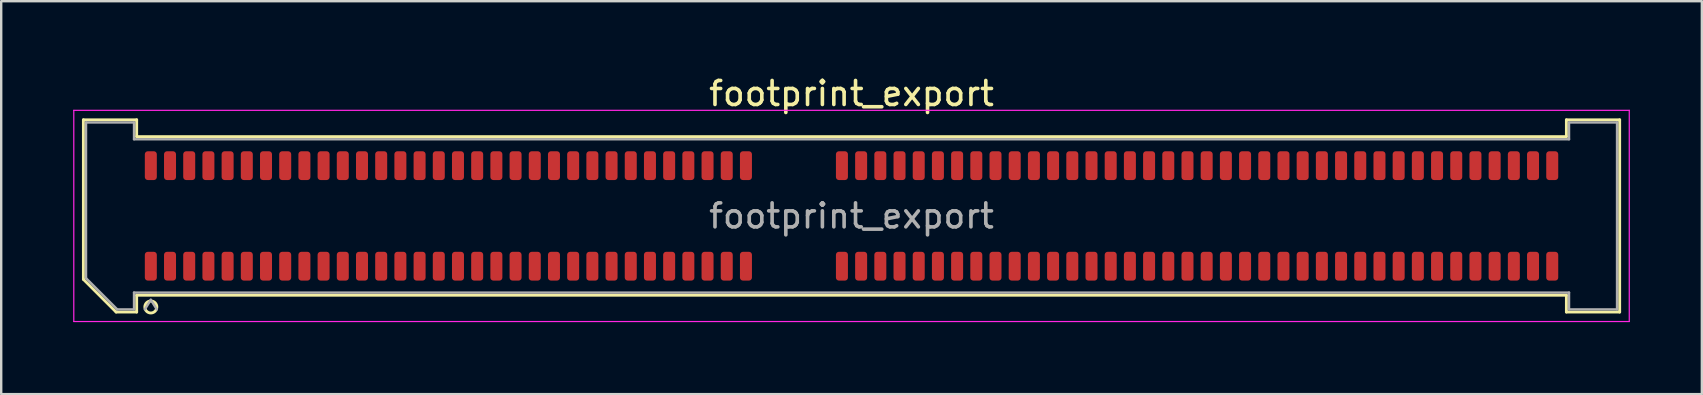
<source format=kicad_pcb>
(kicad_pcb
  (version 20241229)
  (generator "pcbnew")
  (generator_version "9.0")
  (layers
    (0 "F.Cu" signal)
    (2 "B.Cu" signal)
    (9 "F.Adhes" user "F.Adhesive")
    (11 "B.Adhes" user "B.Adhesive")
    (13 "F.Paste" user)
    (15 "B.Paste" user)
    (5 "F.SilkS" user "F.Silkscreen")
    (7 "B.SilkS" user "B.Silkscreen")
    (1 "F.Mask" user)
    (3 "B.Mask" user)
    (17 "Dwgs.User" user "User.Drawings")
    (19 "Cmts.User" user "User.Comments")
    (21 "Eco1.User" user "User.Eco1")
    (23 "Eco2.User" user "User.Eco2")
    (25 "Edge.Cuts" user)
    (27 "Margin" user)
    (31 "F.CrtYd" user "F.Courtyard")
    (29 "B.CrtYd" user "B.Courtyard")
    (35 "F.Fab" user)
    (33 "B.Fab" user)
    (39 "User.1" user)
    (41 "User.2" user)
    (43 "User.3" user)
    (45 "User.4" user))
  (footprint "footprint_export"
    (layer "F.Cu")
    (at 32.435 5.948)
    (property "Reference" "footprint_export" (at 0 -5.1 0) (layer "F.SilkS") (effects (font (size 1 1) (thickness 0.15))))
    (attr smd)
    (fp_line (start -32.01 -4.005) (end -29.79 -4.005) (stroke (width 0.12) (type solid)) (layer "F.SilkS"))
    (fp_line (start -32.01 2.641) (end -32.01 -4.005) (stroke (width 0.12) (type solid)) (layer "F.SilkS"))
    (fp_line (start -30.646 4.005) (end -32.01 2.641) (stroke (width 0.12) (type solid)) (layer "F.SilkS"))
    (fp_line (start -29.79 -4.005) (end -29.79 -3.305) (stroke (width 0.12) (type solid)) (layer "F.SilkS"))
    (fp_line (start -29.79 -3.305) (end 29.79 -3.305) (stroke (width 0.12) (type solid)) (layer "F.SilkS"))
    (fp_line (start -29.79 3.305) (end -29.79 4.005) (stroke (width 0.12) (type solid)) (layer "F.SilkS"))
    (fp_line (start -29.79 4.005) (end -30.646 4.005) (stroke (width 0.12) (type solid)) (layer "F.SilkS"))
    (fp_line (start 29.79 -4.005) (end 32.01 -4.005) (stroke (width 0.12) (type solid)) (layer "F.SilkS"))
    (fp_line (start 29.79 -3.305) (end 29.79 -4.005) (stroke (width 0.12) (type solid)) (layer "F.SilkS"))
    (fp_line (start 29.79 3.305) (end -29.79 3.305) (stroke (width 0.12) (type solid)) (layer "F.SilkS"))
    (fp_line (start 29.79 4.005) (end 29.79 3.305) (stroke (width 0.12) (type solid)) (layer "F.SilkS"))
    (fp_line (start 32.01 -4.005) (end 32.01 4.005) (stroke (width 0.12) (type solid)) (layer "F.SilkS"))
    (fp_line (start 32.01 4.005) (end 29.79 4.005) (stroke (width 0.12) (type solid)) (layer "F.SilkS"))
    (fp_arc (start -28.95 3.795) (mid -29.45 3.795) (end -28.95 3.795) (stroke (width 0.12) (type solid)) (layer "F.SilkS"))
    (fp_line (start -32.41 -4.4) (end -32.41 4.4) (stroke (width 0.05) (type solid)) (layer "F.CrtYd"))
    (fp_line (start -32.41 4.4) (end 32.41 4.4) (stroke (width 0.05) (type solid)) (layer "F.CrtYd"))
    (fp_line (start 32.41 -4.4) (end -32.41 -4.4) (stroke (width 0.05) (type solid)) (layer "F.CrtYd"))
    (fp_line (start 32.41 4.4) (end 32.41 -4.4) (stroke (width 0.05) (type solid)) (layer "F.CrtYd"))
    (fp_line (start -31.9 -3.895) (end -29.9 -3.895) (stroke (width 0.1) (type solid)) (layer "F.Fab"))
    (fp_line (start -31.9 2.595) (end -31.9 -3.895) (stroke (width 0.1) (type solid)) (layer "F.Fab"))
    (fp_line (start -30.6 3.895) (end -31.9 2.595) (stroke (width 0.1) (type solid)) (layer "F.Fab"))
    (fp_line (start -29.9 -3.895) (end -29.9 -3.195) (stroke (width 0.1) (type solid)) (layer "F.Fab"))
    (fp_line (start -29.9 -3.195) (end 29.9 -3.195) (stroke (width 0.1) (type solid)) (layer "F.Fab"))
    (fp_line (start -29.9 3.195) (end -29.9 3.895) (stroke (width 0.1) (type solid)) (layer "F.Fab"))
    (fp_line (start -29.9 3.895) (end -30.6 3.895) (stroke (width 0.1) (type solid)) (layer "F.Fab"))
    (fp_line (start -29.2 3.495) (end -29.45 3.895) (stroke (width 0.1) (type solid)) (layer "F.Fab"))
    (fp_line (start -29.2 3.495) (end -28.95 3.895) (stroke (width 0.1) (type solid)) (layer "F.Fab"))
    (fp_line (start 29.9 -3.895) (end 31.9 -3.895) (stroke (width 0.1) (type solid)) (layer "F.Fab"))
    (fp_line (start 29.9 -3.195) (end 29.9 -3.895) (stroke (width 0.1) (type solid)) (layer "F.Fab"))
    (fp_line (start 29.9 3.195) (end -29.9 3.195) (stroke (width 0.1) (type solid)) (layer "F.Fab"))
    (fp_line (start 29.9 3.895) (end 29.9 3.195) (stroke (width 0.1) (type solid)) (layer "F.Fab"))
    (fp_line (start 31.9 -3.895) (end 31.9 3.895) (stroke (width 0.1) (type solid)) (layer "F.Fab"))
    (fp_line (start 31.9 3.895) (end 29.9 3.895) (stroke (width 0.1) (type solid)) (layer "F.Fab"))
    (fp_text user "${REFERENCE}" (at 0 0 0) (layer "F.Fab") (effects (font (size 1 1) (thickness 0.15))))
    (pad "1" smd roundrect (at -29.2 2.095) (size 0.5 1.2) (layers "F.Cu" "F.Mask" "F.Paste") (roundrect_rratio 0.25))
    (pad "2" smd roundrect (at -29.2 -2.095) (size 0.5 1.2) (layers "F.Cu" "F.Mask" "F.Paste") (roundrect_rratio 0.25))
    (pad "3" smd roundrect (at -28.4 2.095) (size 0.5 1.2) (layers "F.Cu" "F.Mask" "F.Paste") (roundrect_rratio 0.25))
    (pad "4" smd roundrect (at -28.4 -2.095) (size 0.5 1.2) (layers "F.Cu" "F.Mask" "F.Paste") (roundrect_rratio 0.25))
    (pad "5" smd roundrect (at -27.6 2.095) (size 0.5 1.2) (layers "F.Cu" "F.Mask" "F.Paste") (roundrect_rratio 0.25))
    (pad "6" smd roundrect (at -27.6 -2.095) (size 0.5 1.2) (layers "F.Cu" "F.Mask" "F.Paste") (roundrect_rratio 0.25))
    (pad "7" smd roundrect (at -26.8 2.095) (size 0.5 1.2) (layers "F.Cu" "F.Mask" "F.Paste") (roundrect_rratio 0.25))
    (pad "8" smd roundrect (at -26.8 -2.095) (size 0.5 1.2) (layers "F.Cu" "F.Mask" "F.Paste") (roundrect_rratio 0.25))
    (pad "9" smd roundrect (at -26 2.095) (size 0.5 1.2) (layers "F.Cu" "F.Mask" "F.Paste") (roundrect_rratio 0.25))
    (pad "10" smd roundrect (at -26 -2.095) (size 0.5 1.2) (layers "F.Cu" "F.Mask" "F.Paste") (roundrect_rratio 0.25))
    (pad "11" smd roundrect (at -25.2 2.095) (size 0.5 1.2) (layers "F.Cu" "F.Mask" "F.Paste") (roundrect_rratio 0.25))
    (pad "12" smd roundrect (at -25.2 -2.095) (size 0.5 1.2) (layers "F.Cu" "F.Mask" "F.Paste") (roundrect_rratio 0.25))
    (pad "13" smd roundrect (at -24.4 2.095) (size 0.5 1.2) (layers "F.Cu" "F.Mask" "F.Paste") (roundrect_rratio 0.25))
    (pad "14" smd roundrect (at -24.4 -2.095) (size 0.5 1.2) (layers "F.Cu" "F.Mask" "F.Paste") (roundrect_rratio 0.25))
    (pad "15" smd roundrect (at -23.6 2.095) (size 0.5 1.2) (layers "F.Cu" "F.Mask" "F.Paste") (roundrect_rratio 0.25))
    (pad "16" smd roundrect (at -23.6 -2.095) (size 0.5 1.2) (layers "F.Cu" "F.Mask" "F.Paste") (roundrect_rratio 0.25))
    (pad "17" smd roundrect (at -22.8 2.095) (size 0.5 1.2) (layers "F.Cu" "F.Mask" "F.Paste") (roundrect_rratio 0.25))
    (pad "18" smd roundrect (at -22.8 -2.095) (size 0.5 1.2) (layers "F.Cu" "F.Mask" "F.Paste") (roundrect_rratio 0.25))
    (pad "19" smd roundrect (at -22 2.095) (size 0.5 1.2) (layers "F.Cu" "F.Mask" "F.Paste") (roundrect_rratio 0.25))
    (pad "20" smd roundrect (at -22 -2.095) (size 0.5 1.2) (layers "F.Cu" "F.Mask" "F.Paste") (roundrect_rratio 0.25))
    (pad "21" smd roundrect (at -21.2 2.095) (size 0.5 1.2) (layers "F.Cu" "F.Mask" "F.Paste") (roundrect_rratio 0.25))
    (pad "22" smd roundrect (at -21.2 -2.095) (size 0.5 1.2) (layers "F.Cu" "F.Mask" "F.Paste") (roundrect_rratio 0.25))
    (pad "23" smd roundrect (at -20.4 2.095) (size 0.5 1.2) (layers "F.Cu" "F.Mask" "F.Paste") (roundrect_rratio 0.25))
    (pad "24" smd roundrect (at -20.4 -2.095) (size 0.5 1.2) (layers "F.Cu" "F.Mask" "F.Paste") (roundrect_rratio 0.25))
    (pad "25" smd roundrect (at -19.6 2.095) (size 0.5 1.2) (layers "F.Cu" "F.Mask" "F.Paste") (roundrect_rratio 0.25))
    (pad "26" smd roundrect (at -19.6 -2.095) (size 0.5 1.2) (layers "F.Cu" "F.Mask" "F.Paste") (roundrect_rratio 0.25))
    (pad "27" smd roundrect (at -18.8 2.095) (size 0.5 1.2) (layers "F.Cu" "F.Mask" "F.Paste") (roundrect_rratio 0.25))
    (pad "28" smd roundrect (at -18.8 -2.095) (size 0.5 1.2) (layers "F.Cu" "F.Mask" "F.Paste") (roundrect_rratio 0.25))
    (pad "29" smd roundrect (at -18 2.095) (size 0.5 1.2) (layers "F.Cu" "F.Mask" "F.Paste") (roundrect_rratio 0.25))
    (pad "30" smd roundrect (at -18 -2.095) (size 0.5 1.2) (layers "F.Cu" "F.Mask" "F.Paste") (roundrect_rratio 0.25))
    (pad "31" smd roundrect (at -17.2 2.095) (size 0.5 1.2) (layers "F.Cu" "F.Mask" "F.Paste") (roundrect_rratio 0.25))
    (pad "32" smd roundrect (at -17.2 -2.095) (size 0.5 1.2) (layers "F.Cu" "F.Mask" "F.Paste") (roundrect_rratio 0.25))
    (pad "33" smd roundrect (at -16.4 2.095) (size 0.5 1.2) (layers "F.Cu" "F.Mask" "F.Paste") (roundrect_rratio 0.25))
    (pad "34" smd roundrect (at -16.4 -2.095) (size 0.5 1.2) (layers "F.Cu" "F.Mask" "F.Paste") (roundrect_rratio 0.25))
    (pad "35" smd roundrect (at -15.6 2.095) (size 0.5 1.2) (layers "F.Cu" "F.Mask" "F.Paste") (roundrect_rratio 0.25))
    (pad "36" smd roundrect (at -15.6 -2.095) (size 0.5 1.2) (layers "F.Cu" "F.Mask" "F.Paste") (roundrect_rratio 0.25))
    (pad "37" smd roundrect (at -14.8 2.095) (size 0.5 1.2) (layers "F.Cu" "F.Mask" "F.Paste") (roundrect_rratio 0.25))
    (pad "38" smd roundrect (at -14.8 -2.095) (size 0.5 1.2) (layers "F.Cu" "F.Mask" "F.Paste") (roundrect_rratio 0.25))
    (pad "39" smd roundrect (at -14 2.095) (size 0.5 1.2) (layers "F.Cu" "F.Mask" "F.Paste") (roundrect_rratio 0.25))
    (pad "40" smd roundrect (at -14 -2.095) (size 0.5 1.2) (layers "F.Cu" "F.Mask" "F.Paste") (roundrect_rratio 0.25))
    (pad "41" smd roundrect (at -13.2 2.095) (size 0.5 1.2) (layers "F.Cu" "F.Mask" "F.Paste") (roundrect_rratio 0.25))
    (pad "42" smd roundrect (at -13.2 -2.095) (size 0.5 1.2) (layers "F.Cu" "F.Mask" "F.Paste") (roundrect_rratio 0.25))
    (pad "43" smd roundrect (at -12.4 2.095) (size 0.5 1.2) (layers "F.Cu" "F.Mask" "F.Paste") (roundrect_rratio 0.25))
    (pad "44" smd roundrect (at -12.4 -2.095) (size 0.5 1.2) (layers "F.Cu" "F.Mask" "F.Paste") (roundrect_rratio 0.25))
    (pad "45" smd roundrect (at -11.6 2.095) (size 0.5 1.2) (layers "F.Cu" "F.Mask" "F.Paste") (roundrect_rratio 0.25))
    (pad "46" smd roundrect (at -11.6 -2.095) (size 0.5 1.2) (layers "F.Cu" "F.Mask" "F.Paste") (roundrect_rratio 0.25))
    (pad "47" smd roundrect (at -10.8 2.095) (size 0.5 1.2) (layers "F.Cu" "F.Mask" "F.Paste") (roundrect_rratio 0.25))
    (pad "48" smd roundrect (at -10.8 -2.095) (size 0.5 1.2) (layers "F.Cu" "F.Mask" "F.Paste") (roundrect_rratio 0.25))
    (pad "49" smd roundrect (at -10 2.095) (size 0.5 1.2) (layers "F.Cu" "F.Mask" "F.Paste") (roundrect_rratio 0.25))
    (pad "50" smd roundrect (at -10 -2.095) (size 0.5 1.2) (layers "F.Cu" "F.Mask" "F.Paste") (roundrect_rratio 0.25))
    (pad "51" smd roundrect (at -9.2 2.095) (size 0.5 1.2) (layers "F.Cu" "F.Mask" "F.Paste") (roundrect_rratio 0.25))
    (pad "52" smd roundrect (at -9.2 -2.095) (size 0.5 1.2) (layers "F.Cu" "F.Mask" "F.Paste") (roundrect_rratio 0.25))
    (pad "53" smd roundrect (at -8.4 2.095) (size 0.5 1.2) (layers "F.Cu" "F.Mask" "F.Paste") (roundrect_rratio 0.25))
    (pad "54" smd roundrect (at -8.4 -2.095) (size 0.5 1.2) (layers "F.Cu" "F.Mask" "F.Paste") (roundrect_rratio 0.25))
    (pad "55" smd roundrect (at -7.6 2.095) (size 0.5 1.2) (layers "F.Cu" "F.Mask" "F.Paste") (roundrect_rratio 0.25))
    (pad "56" smd roundrect (at -7.6 -2.095) (size 0.5 1.2) (layers "F.Cu" "F.Mask" "F.Paste") (roundrect_rratio 0.25))
    (pad "57" smd roundrect (at -6.8 2.095) (size 0.5 1.2) (layers "F.Cu" "F.Mask" "F.Paste") (roundrect_rratio 0.25))
    (pad "58" smd roundrect (at -6.8 -2.095) (size 0.5 1.2) (layers "F.Cu" "F.Mask" "F.Paste") (roundrect_rratio 0.25))
    (pad "59" smd roundrect (at -6 2.095) (size 0.5 1.2) (layers "F.Cu" "F.Mask" "F.Paste") (roundrect_rratio 0.25))
    (pad "60" smd roundrect (at -6 -2.095) (size 0.5 1.2) (layers "F.Cu" "F.Mask" "F.Paste") (roundrect_rratio 0.25))
    (pad "61" smd roundrect (at -5.2 2.095) (size 0.5 1.2) (layers "F.Cu" "F.Mask" "F.Paste") (roundrect_rratio 0.25))
    (pad "62" smd roundrect (at -5.2 -2.095) (size 0.5 1.2) (layers "F.Cu" "F.Mask" "F.Paste") (roundrect_rratio 0.25))
    (pad "63" smd roundrect (at -4.4 2.095) (size 0.5 1.2) (layers "F.Cu" "F.Mask" "F.Paste") (roundrect_rratio 0.25))
    (pad "64" smd roundrect (at -4.4 -2.095) (size 0.5 1.2) (layers "F.Cu" "F.Mask" "F.Paste") (roundrect_rratio 0.25))
    (pad "65" smd roundrect (at -0.4 2.095) (size 0.5 1.2) (layers "F.Cu" "F.Mask" "F.Paste") (roundrect_rratio 0.25))
    (pad "66" smd roundrect (at -0.4 -2.095) (size 0.5 1.2) (layers "F.Cu" "F.Mask" "F.Paste") (roundrect_rratio 0.25))
    (pad "67" smd roundrect (at 0.4 2.095) (size 0.5 1.2) (layers "F.Cu" "F.Mask" "F.Paste") (roundrect_rratio 0.25))
    (pad "68" smd roundrect (at 0.4 -2.095) (size 0.5 1.2) (layers "F.Cu" "F.Mask" "F.Paste") (roundrect_rratio 0.25))
    (pad "69" smd roundrect (at 1.2 2.095) (size 0.5 1.2) (layers "F.Cu" "F.Mask" "F.Paste") (roundrect_rratio 0.25))
    (pad "70" smd roundrect (at 1.2 -2.095) (size 0.5 1.2) (layers "F.Cu" "F.Mask" "F.Paste") (roundrect_rratio 0.25))
    (pad "71" smd roundrect (at 2 2.095) (size 0.5 1.2) (layers "F.Cu" "F.Mask" "F.Paste") (roundrect_rratio 0.25))
    (pad "72" smd roundrect (at 2 -2.095) (size 0.5 1.2) (layers "F.Cu" "F.Mask" "F.Paste") (roundrect_rratio 0.25))
    (pad "73" smd roundrect (at 2.8 2.095) (size 0.5 1.2) (layers "F.Cu" "F.Mask" "F.Paste") (roundrect_rratio 0.25))
    (pad "74" smd roundrect (at 2.8 -2.095) (size 0.5 1.2) (layers "F.Cu" "F.Mask" "F.Paste") (roundrect_rratio 0.25))
    (pad "75" smd roundrect (at 3.6 2.095) (size 0.5 1.2) (layers "F.Cu" "F.Mask" "F.Paste") (roundrect_rratio 0.25))
    (pad "76" smd roundrect (at 3.6 -2.095) (size 0.5 1.2) (layers "F.Cu" "F.Mask" "F.Paste") (roundrect_rratio 0.25))
    (pad "77" smd roundrect (at 4.4 2.095) (size 0.5 1.2) (layers "F.Cu" "F.Mask" "F.Paste") (roundrect_rratio 0.25))
    (pad "78" smd roundrect (at 4.4 -2.095) (size 0.5 1.2) (layers "F.Cu" "F.Mask" "F.Paste") (roundrect_rratio 0.25))
    (pad "79" smd roundrect (at 5.2 2.095) (size 0.5 1.2) (layers "F.Cu" "F.Mask" "F.Paste") (roundrect_rratio 0.25))
    (pad "80" smd roundrect (at 5.2 -2.095) (size 0.5 1.2) (layers "F.Cu" "F.Mask" "F.Paste") (roundrect_rratio 0.25))
    (pad "81" smd roundrect (at 6 2.095) (size 0.5 1.2) (layers "F.Cu" "F.Mask" "F.Paste") (roundrect_rratio 0.25))
    (pad "82" smd roundrect (at 6 -2.095) (size 0.5 1.2) (layers "F.Cu" "F.Mask" "F.Paste") (roundrect_rratio 0.25))
    (pad "83" smd roundrect (at 6.8 2.095) (size 0.5 1.2) (layers "F.Cu" "F.Mask" "F.Paste") (roundrect_rratio 0.25))
    (pad "84" smd roundrect (at 6.8 -2.095) (size 0.5 1.2) (layers "F.Cu" "F.Mask" "F.Paste") (roundrect_rratio 0.25))
    (pad "85" smd roundrect (at 7.6 2.095) (size 0.5 1.2) (layers "F.Cu" "F.Mask" "F.Paste") (roundrect_rratio 0.25))
    (pad "86" smd roundrect (at 7.6 -2.095) (size 0.5 1.2) (layers "F.Cu" "F.Mask" "F.Paste") (roundrect_rratio 0.25))
    (pad "87" smd roundrect (at 8.4 2.095) (size 0.5 1.2) (layers "F.Cu" "F.Mask" "F.Paste") (roundrect_rratio 0.25))
    (pad "88" smd roundrect (at 8.4 -2.095) (size 0.5 1.2) (layers "F.Cu" "F.Mask" "F.Paste") (roundrect_rratio 0.25))
    (pad "89" smd roundrect (at 9.2 2.095) (size 0.5 1.2) (layers "F.Cu" "F.Mask" "F.Paste") (roundrect_rratio 0.25))
    (pad "90" smd roundrect (at 9.2 -2.095) (size 0.5 1.2) (layers "F.Cu" "F.Mask" "F.Paste") (roundrect_rratio 0.25))
    (pad "91" smd roundrect (at 10 2.095) (size 0.5 1.2) (layers "F.Cu" "F.Mask" "F.Paste") (roundrect_rratio 0.25))
    (pad "92" smd roundrect (at 10 -2.095) (size 0.5 1.2) (layers "F.Cu" "F.Mask" "F.Paste") (roundrect_rratio 0.25))
    (pad "93" smd roundrect (at 10.8 2.095) (size 0.5 1.2) (layers "F.Cu" "F.Mask" "F.Paste") (roundrect_rratio 0.25))
    (pad "94" smd roundrect (at 10.8 -2.095) (size 0.5 1.2) (layers "F.Cu" "F.Mask" "F.Paste") (roundrect_rratio 0.25))
    (pad "95" smd roundrect (at 11.6 2.095) (size 0.5 1.2) (layers "F.Cu" "F.Mask" "F.Paste") (roundrect_rratio 0.25))
    (pad "96" smd roundrect (at 11.6 -2.095) (size 0.5 1.2) (layers "F.Cu" "F.Mask" "F.Paste") (roundrect_rratio 0.25))
    (pad "97" smd roundrect (at 12.4 2.095) (size 0.5 1.2) (layers "F.Cu" "F.Mask" "F.Paste") (roundrect_rratio 0.25))
    (pad "98" smd roundrect (at 12.4 -2.095) (size 0.5 1.2) (layers "F.Cu" "F.Mask" "F.Paste") (roundrect_rratio 0.25))
    (pad "99" smd roundrect (at 13.2 2.095) (size 0.5 1.2) (layers "F.Cu" "F.Mask" "F.Paste") (roundrect_rratio 0.25))
    (pad "100" smd roundrect (at 13.2 -2.095) (size 0.5 1.2) (layers "F.Cu" "F.Mask" "F.Paste") (roundrect_rratio 0.25))
    (pad "101" smd roundrect (at 14 2.095) (size 0.5 1.2) (layers "F.Cu" "F.Mask" "F.Paste") (roundrect_rratio 0.25))
    (pad "102" smd roundrect (at 14 -2.095) (size 0.5 1.2) (layers "F.Cu" "F.Mask" "F.Paste") (roundrect_rratio 0.25))
    (pad "103" smd roundrect (at 14.8 2.095) (size 0.5 1.2) (layers "F.Cu" "F.Mask" "F.Paste") (roundrect_rratio 0.25))
    (pad "104" smd roundrect (at 14.8 -2.095) (size 0.5 1.2) (layers "F.Cu" "F.Mask" "F.Paste") (roundrect_rratio 0.25))
    (pad "105" smd roundrect (at 15.6 2.095) (size 0.5 1.2) (layers "F.Cu" "F.Mask" "F.Paste") (roundrect_rratio 0.25))
    (pad "106" smd roundrect (at 15.6 -2.095) (size 0.5 1.2) (layers "F.Cu" "F.Mask" "F.Paste") (roundrect_rratio 0.25))
    (pad "107" smd roundrect (at 16.4 2.095) (size 0.5 1.2) (layers "F.Cu" "F.Mask" "F.Paste") (roundrect_rratio 0.25))
    (pad "108" smd roundrect (at 16.4 -2.095) (size 0.5 1.2) (layers "F.Cu" "F.Mask" "F.Paste") (roundrect_rratio 0.25))
    (pad "109" smd roundrect (at 17.2 2.095) (size 0.5 1.2) (layers "F.Cu" "F.Mask" "F.Paste") (roundrect_rratio 0.25))
    (pad "110" smd roundrect (at 17.2 -2.095) (size 0.5 1.2) (layers "F.Cu" "F.Mask" "F.Paste") (roundrect_rratio 0.25))
    (pad "111" smd roundrect (at 18 2.095) (size 0.5 1.2) (layers "F.Cu" "F.Mask" "F.Paste") (roundrect_rratio 0.25))
    (pad "112" smd roundrect (at 18 -2.095) (size 0.5 1.2) (layers "F.Cu" "F.Mask" "F.Paste") (roundrect_rratio 0.25))
    (pad "113" smd roundrect (at 18.8 2.095) (size 0.5 1.2) (layers "F.Cu" "F.Mask" "F.Paste") (roundrect_rratio 0.25))
    (pad "114" smd roundrect (at 18.8 -2.095) (size 0.5 1.2) (layers "F.Cu" "F.Mask" "F.Paste") (roundrect_rratio 0.25))
    (pad "115" smd roundrect (at 19.6 2.095) (size 0.5 1.2) (layers "F.Cu" "F.Mask" "F.Paste") (roundrect_rratio 0.25))
    (pad "116" smd roundrect (at 19.6 -2.095) (size 0.5 1.2) (layers "F.Cu" "F.Mask" "F.Paste") (roundrect_rratio 0.25))
    (pad "117" smd roundrect (at 20.4 2.095) (size 0.5 1.2) (layers "F.Cu" "F.Mask" "F.Paste") (roundrect_rratio 0.25))
    (pad "118" smd roundrect (at 20.4 -2.095) (size 0.5 1.2) (layers "F.Cu" "F.Mask" "F.Paste") (roundrect_rratio 0.25))
    (pad "119" smd roundrect (at 21.2 2.095) (size 0.5 1.2) (layers "F.Cu" "F.Mask" "F.Paste") (roundrect_rratio 0.25))
    (pad "120" smd roundrect (at 21.2 -2.095) (size 0.5 1.2) (layers "F.Cu" "F.Mask" "F.Paste") (roundrect_rratio 0.25))
    (pad "121" smd roundrect (at 22 2.095) (size 0.5 1.2) (layers "F.Cu" "F.Mask" "F.Paste") (roundrect_rratio 0.25))
    (pad "122" smd roundrect (at 22 -2.095) (size 0.5 1.2) (layers "F.Cu" "F.Mask" "F.Paste") (roundrect_rratio 0.25))
    (pad "123" smd roundrect (at 22.8 2.095) (size 0.5 1.2) (layers "F.Cu" "F.Mask" "F.Paste") (roundrect_rratio 0.25))
    (pad "124" smd roundrect (at 22.8 -2.095) (size 0.5 1.2) (layers "F.Cu" "F.Mask" "F.Paste") (roundrect_rratio 0.25))
    (pad "125" smd roundrect (at 23.6 2.095) (size 0.5 1.2) (layers "F.Cu" "F.Mask" "F.Paste") (roundrect_rratio 0.25))
    (pad "126" smd roundrect (at 23.6 -2.095) (size 0.5 1.2) (layers "F.Cu" "F.Mask" "F.Paste") (roundrect_rratio 0.25))
    (pad "127" smd roundrect (at 24.4 2.095) (size 0.5 1.2) (layers "F.Cu" "F.Mask" "F.Paste") (roundrect_rratio 0.25))
    (pad "128" smd roundrect (at 24.4 -2.095) (size 0.5 1.2) (layers "F.Cu" "F.Mask" "F.Paste") (roundrect_rratio 0.25))
    (pad "129" smd roundrect (at 25.2 2.095) (size 0.5 1.2) (layers "F.Cu" "F.Mask" "F.Paste") (roundrect_rratio 0.25))
    (pad "130" smd roundrect (at 25.2 -2.095) (size 0.5 1.2) (layers "F.Cu" "F.Mask" "F.Paste") (roundrect_rratio 0.25))
    (pad "131" smd roundrect (at 26 2.095) (size 0.5 1.2) (layers "F.Cu" "F.Mask" "F.Paste") (roundrect_rratio 0.25))
    (pad "132" smd roundrect (at 26 -2.095) (size 0.5 1.2) (layers "F.Cu" "F.Mask" "F.Paste") (roundrect_rratio 0.25))
    (pad "133" smd roundrect (at 26.8 2.095) (size 0.5 1.2) (layers "F.Cu" "F.Mask" "F.Paste") (roundrect_rratio 0.25))
    (pad "134" smd roundrect (at 26.8 -2.095) (size 0.5 1.2) (layers "F.Cu" "F.Mask" "F.Paste") (roundrect_rratio 0.25))
    (pad "135" smd roundrect (at 27.6 2.095) (size 0.5 1.2) (layers "F.Cu" "F.Mask" "F.Paste") (roundrect_rratio 0.25))
    (pad "136" smd roundrect (at 27.6 -2.095) (size 0.5 1.2) (layers "F.Cu" "F.Mask" "F.Paste") (roundrect_rratio 0.25))
    (pad "137" smd roundrect (at 28.4 2.095) (size 0.5 1.2) (layers "F.Cu" "F.Mask" "F.Paste") (roundrect_rratio 0.25))
    (pad "138" smd roundrect (at 28.4 -2.095) (size 0.5 1.2) (layers "F.Cu" "F.Mask" "F.Paste") (roundrect_rratio 0.25))
    (pad "139" smd roundrect (at 29.2 2.095) (size 0.5 1.2) (layers "F.Cu" "F.Mask" "F.Paste") (roundrect_rratio 0.25))
    (pad "140" smd roundrect (at 29.2 -2.095) (size 0.5 1.2) (layers "F.Cu" "F.Mask" "F.Paste") (roundrect_rratio 0.25)))
  (gr_rect
    (start -3 -3)
    (end 67.87 13.373)
    (stroke (width 0.1) (type default))
    (fill no)
    (layer "Edge.Cuts")))
</source>
